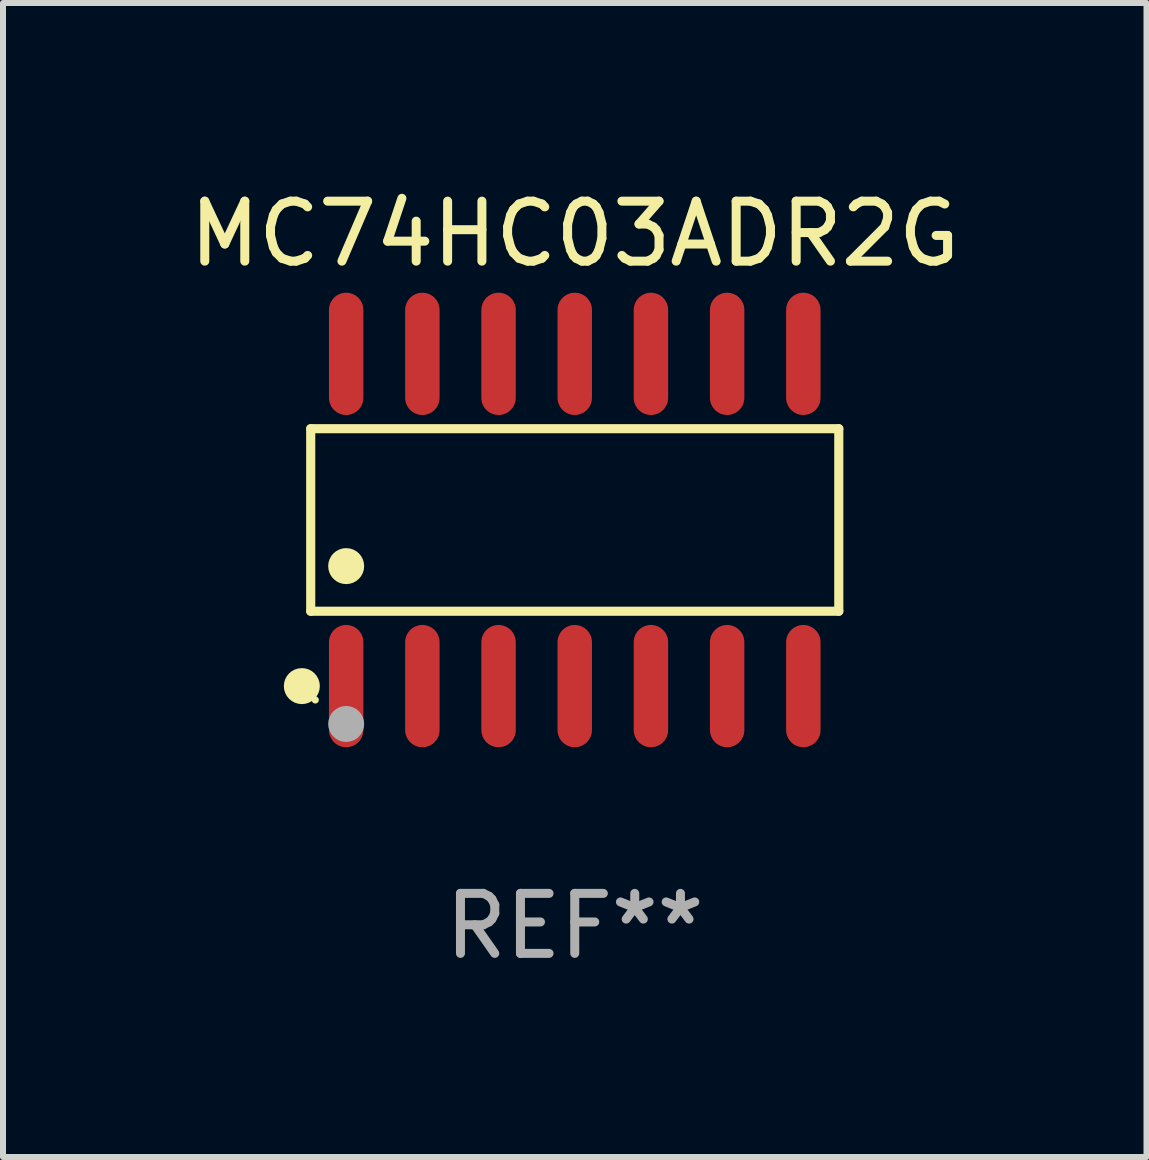
<source format=kicad_pcb>
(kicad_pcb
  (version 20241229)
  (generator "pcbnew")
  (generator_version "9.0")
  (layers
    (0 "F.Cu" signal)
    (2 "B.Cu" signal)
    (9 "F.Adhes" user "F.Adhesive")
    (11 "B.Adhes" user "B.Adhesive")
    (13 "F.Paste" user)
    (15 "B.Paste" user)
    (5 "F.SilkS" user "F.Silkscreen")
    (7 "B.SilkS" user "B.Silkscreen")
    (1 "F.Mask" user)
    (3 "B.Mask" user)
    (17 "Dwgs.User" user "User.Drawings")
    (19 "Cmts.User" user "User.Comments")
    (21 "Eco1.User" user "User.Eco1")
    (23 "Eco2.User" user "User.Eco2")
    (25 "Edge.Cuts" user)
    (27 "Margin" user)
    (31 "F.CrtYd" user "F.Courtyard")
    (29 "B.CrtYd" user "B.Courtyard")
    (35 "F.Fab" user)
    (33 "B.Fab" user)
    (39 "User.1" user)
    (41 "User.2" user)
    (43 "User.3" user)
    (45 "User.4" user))
  (footprint "MC74HC03ADR2G"
    (layer "F.Cu")
    (at 6.53 5.617)
    (property "Reference" "MC74HC03ADR2G" (at 0 -4.769 0) (layer "F.SilkS") (effects (font (size 1 1) (thickness 0.15))))
    (attr through_hole)
    (fp_line (start -4.401 -1.521) (end 4.401 -1.521) (stroke (width 0.152) (type solid)) (layer "F.SilkS"))
    (fp_line (start -4.401 1.521) (end -4.401 -1.521) (stroke (width 0.152) (type solid)) (layer "F.SilkS"))
    (fp_line (start 4.401 -1.521) (end 4.401 1.521) (stroke (width 0.152) (type solid)) (layer "F.SilkS"))
    (fp_line (start 4.401 1.521) (end -4.401 1.521) (stroke (width 0.152) (type solid)) (layer "F.SilkS"))
    (fp_circle (center -4.549 2.769) (end -4.399 2.769) (stroke (width 0.3) (type solid)) (fill no) (layer "F.SilkS"))
    (fp_circle (center -4.325 3) (end -4.295 3) (stroke (width 0.06) (type solid)) (fill no) (layer "F.SilkS"))
    (fp_circle (center -3.81 0.769) (end -3.66 0.769) (stroke (width 0.3) (type solid)) (fill no) (layer "F.SilkS"))
    (fp_circle (center -3.81 3.4) (end -3.66 3.4) (stroke (width 0.3) (type solid)) (fill no) (layer "F.Fab"))
    (fp_text user "REF**" (at 0 6.769 0) (layer "F.Fab") (effects (font (size 1 1) (thickness 0.15))))
    (pad "1" smd oval (at -3.81 2.769) (size 0.574 2.038) (layers "F.Cu" "F.Mask" "F.Paste"))
    (pad "2" smd oval (at -2.54 2.769) (size 0.574 2.038) (layers "F.Cu" "F.Mask" "F.Paste"))
    (pad "3" smd oval (at -1.27 2.769) (size 0.574 2.038) (layers "F.Cu" "F.Mask" "F.Paste"))
    (pad "4" smd oval (at 0 2.769) (size 0.574 2.038) (layers "F.Cu" "F.Mask" "F.Paste"))
    (pad "5" smd oval (at 1.27 2.769) (size 0.574 2.038) (layers "F.Cu" "F.Mask" "F.Paste"))
    (pad "6" smd oval (at 2.54 2.769) (size 0.574 2.038) (layers "F.Cu" "F.Mask" "F.Paste"))
    (pad "7" smd oval (at 3.81 2.769) (size 0.574 2.038) (layers "F.Cu" "F.Mask" "F.Paste"))
    (pad "8" smd oval (at 3.81 -2.769) (size 0.574 2.038) (layers "F.Cu" "F.Mask" "F.Paste"))
    (pad "9" smd oval (at 2.54 -2.769) (size 0.574 2.038) (layers "F.Cu" "F.Mask" "F.Paste"))
    (pad "10" smd oval (at 1.27 -2.769) (size 0.574 2.038) (layers "F.Cu" "F.Mask" "F.Paste"))
    (pad "11" smd oval (at 0 -2.769) (size 0.574 2.038) (layers "F.Cu" "F.Mask" "F.Paste"))
    (pad "12" smd oval (at -1.27 -2.769) (size 0.574 2.038) (layers "F.Cu" "F.Mask" "F.Paste"))
    (pad "13" smd oval (at -2.54 -2.769) (size 0.574 2.038) (layers "F.Cu" "F.Mask" "F.Paste"))
    (pad "14" smd oval (at -3.81 -2.769) (size 0.574 2.038) (layers "F.Cu" "F.Mask" "F.Paste")))
  (gr_rect
    (start -3 -3)
    (end 16.06 16.235)
    (stroke (width 0.1) (type default))
    (fill no)
    (layer "Edge.Cuts")))
</source>
